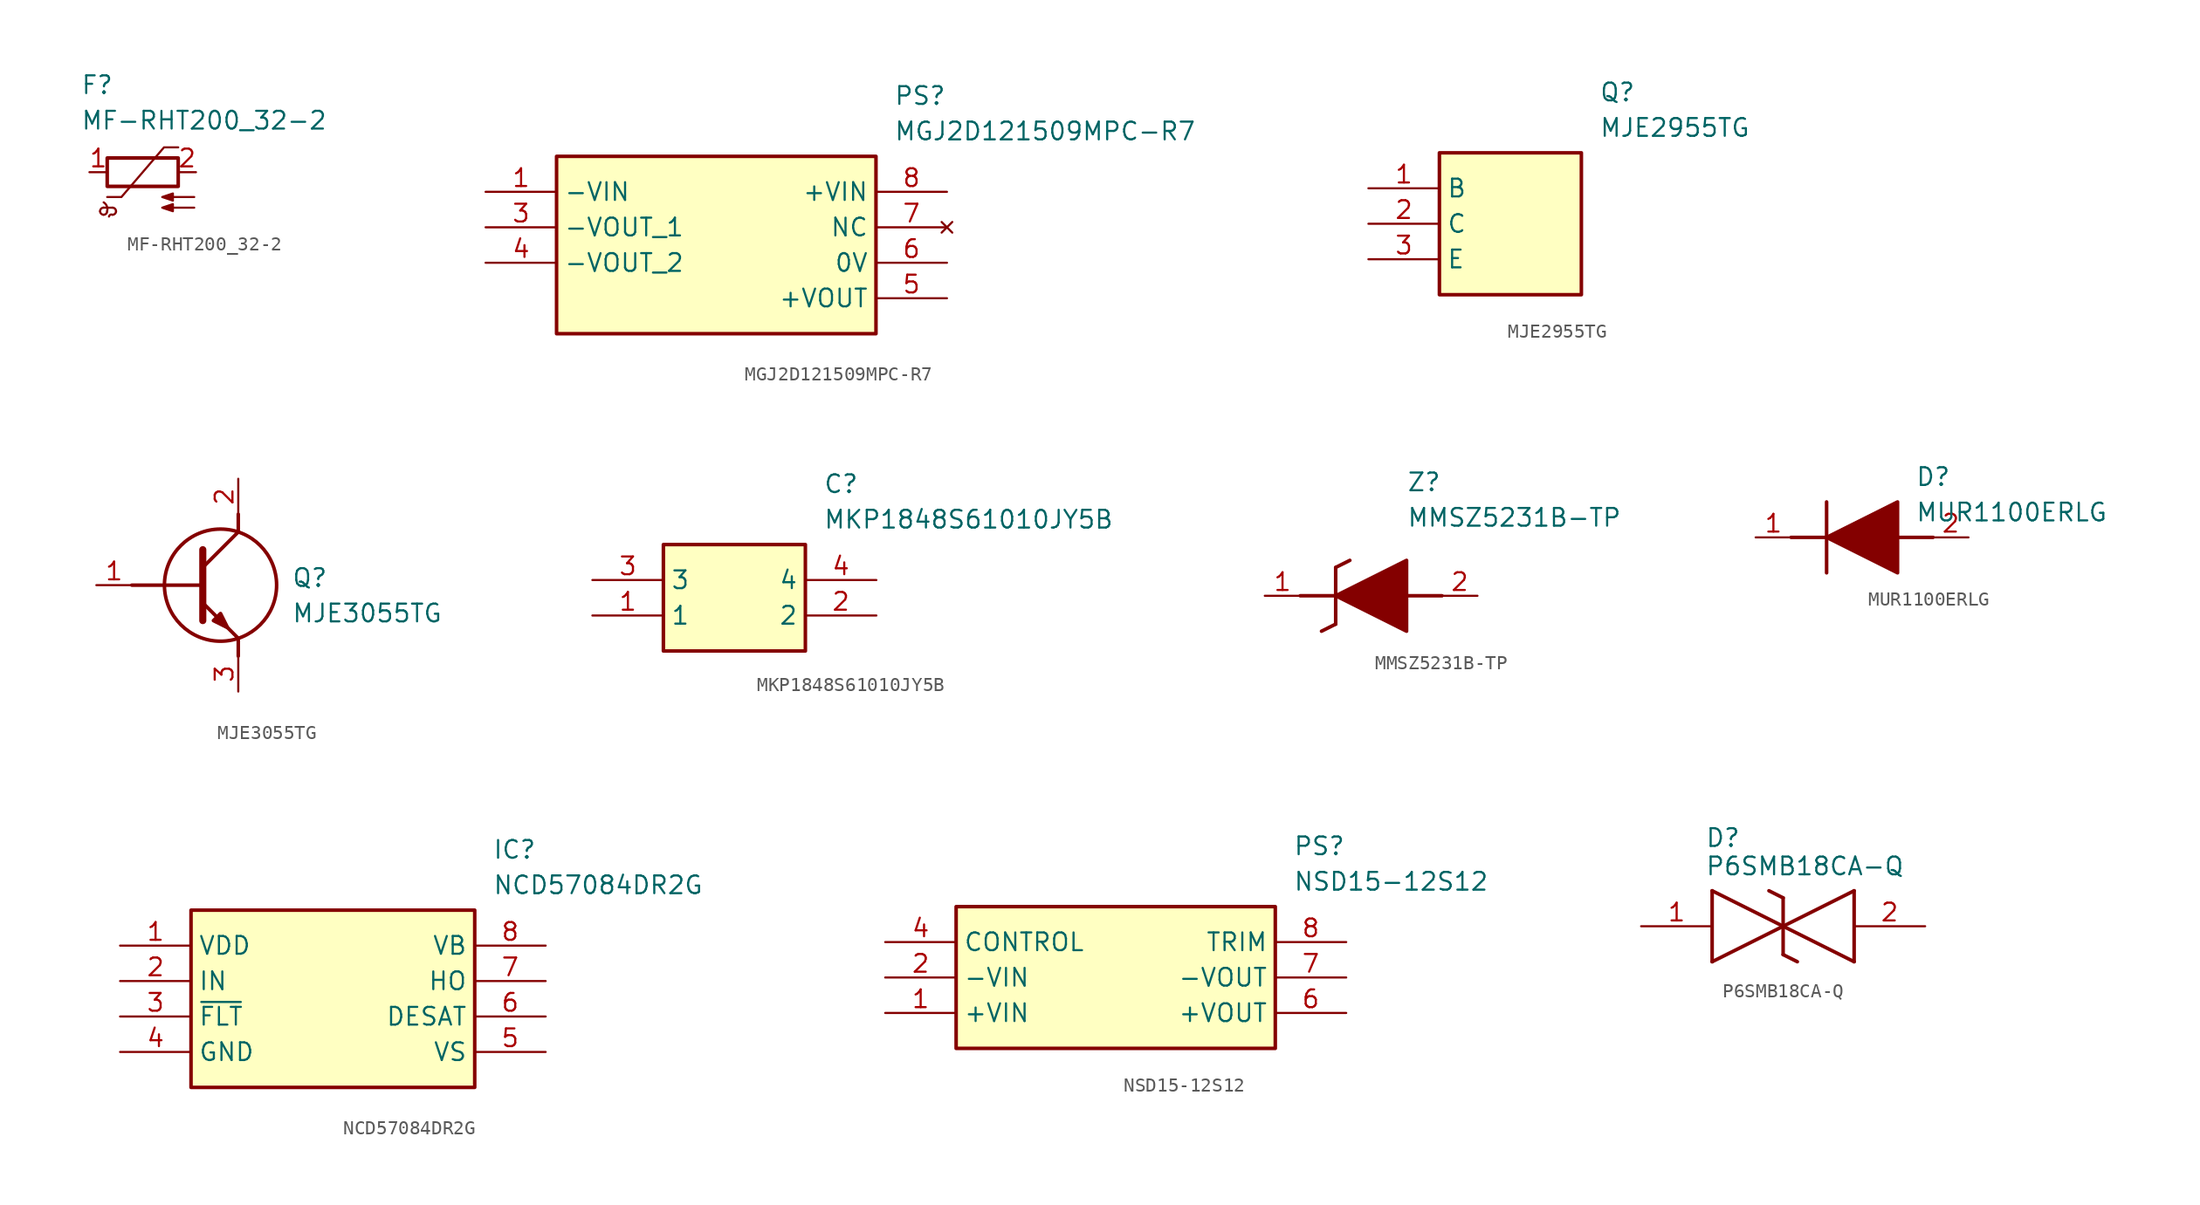
<source format=kicad_sym>
(kicad_symbol_lib
  (version 20241209)
  (generator "kicad_symbol_editor")
  (generator_version "9.0")
  (symbol "MF-RHT200_32-2"
    (pin_names
      (hide yes))
    (property "Reference" "F"
      (at 8.89 6.35 0)
      (effects (font (size 1.27 1.27)) (justify left top)))
    (property "Value" "MF-RHT200_32-2"
      (at 8.89 3.81 0)
      (effects (font (size 1.27 1.27)) (justify left top)))
    (symbol "MF-RHT200_32-2_0_1"
      (arc (start 10.541 -2.794) (mid 10.7742 -3.069) (end 10.795 -3.429) (stroke (width 0) (type default)) (fill (type none)))
      (arc (start 10.287 -3.429) (mid 10.3614 -3.2494) (end 10.541 -3.175) (stroke (width 0) (type default)) (fill (type none)))
      (arc (start 10.541 -3.683) (mid 10.3614 -3.6086) (end 10.287 -3.429) (stroke (width 0) (type default)) (fill (type none)))
      (arc (start 10.795 -3.429) (mid 10.7206 -3.6086) (end 10.541 -3.683) (stroke (width 0) (type default)) (fill (type none)))
      (rectangle (start 10.795 0.381) (end 15.875 -1.651) (stroke (width 0.254) (type default)) (fill (type none)))
      (polyline (pts (xy 10.795 -2.413) (xy 11.811 -2.413) (xy 14.859 1.143) (xy 15.875 1.143)) (stroke (width 0) (type default)) (fill (type none)))
      (arc (start 10.922 -3.81) (mid 11.0185 -3.6856) (end 11.176 -3.683) (stroke (width 0) (type default)) (fill (type none)))
      (polyline (pts (xy 11.176 -3.175) (xy 10.541 -3.175)) (stroke (width 0) (type default)) (fill (type none)))
      (arc (start 11.176 -3.175) (mid 11.3556 -3.2494) (end 11.43 -3.429) (stroke (width 0) (type default)) (fill (type none)))
      (arc (start 11.43 -3.429) (mid 11.3556 -3.6086) (end 11.176 -3.683) (stroke (width 0) (type default)) (fill (type none)))
      (polyline (pts (xy 17.018 -2.413) (xy 14.732 -2.413) (xy 15.494 -2.667) (xy 15.494 -2.159) (xy 14.732 -2.413) (xy 14.986 -2.413)) (stroke (width 0) (type default)) (fill (type outline)))
      (polyline (pts (xy 17.018 -3.175) (xy 14.732 -3.175) (xy 15.494 -3.429) (xy 15.494 -2.921) (xy 14.732 -3.175) (xy 14.986 -3.175)) (stroke (width 0) (type default)) (fill (type outline))))
    (symbol "MF-RHT200_32-2_1_1"
      (pin passive line (at 9.525 -0.635 0) (length 1.27) (name "~" (effects (font (size 1.27 1.27)))) (number "1" (effects (font (size 1.27 1.27)))))
      (pin passive line (at 17.145 -0.635 180) (length 1.27) (name "~" (effects (font (size 1.27 1.27)))) (number "2" (effects (font (size 1.27 1.27)))))))
  (symbol "MGJ2D121509MPC-R7"
    (property "Reference" "PS"
      (at 29.21 7.62 0)
      (effects (font (size 1.27 1.27)) (justify left top)))
    (property "Value" "MGJ2D121509MPC-R7"
      (at 29.21 5.08 0)
      (effects (font (size 1.27 1.27)) (justify left top)))
    (symbol "MGJ2D121509MPC-R7_1_1"
      (rectangle (start 5.08 2.54) (end 27.94 -10.16) (stroke (width 0.254) (type default)) (fill (type background)))
      (pin power_in line (at 0 0 0) (length 5.08) (name "-VIN" (effects (font (size 1.27 1.27)))) (number "1" (effects (font (size 1.27 1.27)))))
      (pin power_out line (at 0 -2.54 0) (length 5.08) (name "-VOUT_1" (effects (font (size 1.27 1.27)))) (number "3" (effects (font (size 1.27 1.27)))))
      (pin passive line (at 0 -5.08 0) (length 5.08) (name "-VOUT_2" (effects (font (size 1.27 1.27)))) (number "4" (effects (font (size 1.27 1.27)))))
      (pin power_in line (at 33.02 0 180) (length 5.08) (name "+VIN" (effects (font (size 1.27 1.27)))) (number "8" (effects (font (size 1.27 1.27)))))
      (pin no_connect line (at 33.02 -2.54 180) (length 5.08) (name "NC" (effects (font (size 1.27 1.27)))) (number "7" (effects (font (size 1.27 1.27)))))
      (pin power_out line (at 33.02 -5.08 180) (length 5.08) (name "0V" (effects (font (size 1.27 1.27)))) (number "6" (effects (font (size 1.27 1.27)))))
      (pin power_out line (at 33.02 -7.62 180) (length 5.08) (name "+VOUT" (effects (font (size 1.27 1.27)))) (number "5" (effects (font (size 1.27 1.27)))))))
  (symbol "MJE2955TG"
    (property "Reference" "Q"
      (at 16.51 7.62 0)
      (effects (font (size 1.27 1.27)) (justify left top)))
    (property "Value" "MJE2955TG"
      (at 16.51 5.08 0)
      (effects (font (size 1.27 1.27)) (justify left top)))
    (symbol "MJE2955TG_1_1"
      (rectangle (start 5.08 2.54) (end 15.24 -7.62) (stroke (width 0.254) (type default)) (fill (type background)))
      (pin passive line (at 0 0 0) (length 5.08) (name "B" (effects (font (size 1.27 1.27)))) (number "1" (effects (font (size 1.27 1.27)))))
      (pin passive line (at 0 -2.54 0) (length 5.08) (name "C" (effects (font (size 1.27 1.27)))) (number "2" (effects (font (size 1.27 1.27)))))
      (pin passive line (at 0 -5.08 0) (length 5.08) (name "E" (effects (font (size 1.27 1.27)))) (number "3" (effects (font (size 1.27 1.27)))))))
  (symbol "MJE3055TG"
    (pin_names
      (hide yes))
    (property "Reference" "Q"
      (at 13.97 1.27 0)
      (effects (font (size 1.27 1.27)) (justify left top)))
    (property "Value" "MJE3055TG"
      (at 13.97 -1.27 0)
      (effects (font (size 1.27 1.27)) (justify left top)))
    (symbol "MJE3055TG_1_1"
      (polyline (pts (xy 2.54 0) (xy 7.62 0)) (stroke (width 0.254) (type default)) (fill (type none)))
      (polyline (pts (xy 7.62 2.54) (xy 7.62 -2.54)) (stroke (width 0.508) (type default)) (fill (type none)))
      (polyline (pts (xy 7.62 1.27) (xy 10.16 3.81)) (stroke (width 0.254) (type default)) (fill (type none)))
      (polyline (pts (xy 7.62 -1.27) (xy 10.16 -3.81)) (stroke (width 0.254) (type default)) (fill (type none)))
      (polyline (pts (xy 8.382 -2.54) (xy 8.89 -2.032) (xy 9.398 -3.048) (xy 8.382 -2.54)) (stroke (width 0.254) (type default)) (fill (type outline)))
      (circle (center 8.89 0) (radius 4.016) (stroke (width 0.254) (type default)) (fill (type none)))
      (polyline (pts (xy 10.16 3.81) (xy 10.16 5.08)) (stroke (width 0.254) (type default)) (fill (type none)))
      (polyline (pts (xy 10.16 -3.81) (xy 10.16 -5.08)) (stroke (width 0.254) (type default)) (fill (type none)))
      (pin passive line (at 0 0 0) (length 2.54) (name "B" (effects (font (size 1.27 1.27)))) (number "1" (effects (font (size 1.27 1.27)))))
      (pin passive line (at 10.16 7.62 270) (length 2.54) (name "C" (effects (font (size 1.27 1.27)))) (number "2" (effects (font (size 1.27 1.27)))))
      (pin passive line (at 10.16 -7.62 90) (length 2.54) (name "E" (effects (font (size 1.27 1.27)))) (number "3" (effects (font (size 1.27 1.27)))))))
  (symbol "MKP1848S61010JY5B"
    (property "Reference" "C"
      (at 16.51 7.62 0)
      (effects (font (size 1.27 1.27)) (justify left top)))
    (property "Value" "MKP1848S61010JY5B"
      (at 16.51 5.08 0)
      (effects (font (size 1.27 1.27)) (justify left top)))
    (symbol "MKP1848S61010JY5B_1_1"
      (rectangle (start 5.08 2.54) (end 15.24 -5.08) (stroke (width 0.254) (type default)) (fill (type background)))
      (pin passive line (at 0 0 0) (length 5.08) (name "3" (effects (font (size 1.27 1.27)))) (number "3" (effects (font (size 1.27 1.27)))))
      (pin passive line (at 0 -2.54 0) (length 5.08) (name "1" (effects (font (size 1.27 1.27)))) (number "1" (effects (font (size 1.27 1.27)))))
      (pin passive line (at 20.32 0 180) (length 5.08) (name "4" (effects (font (size 1.27 1.27)))) (number "4" (effects (font (size 1.27 1.27)))))
      (pin passive line (at 20.32 -2.54 180) (length 5.08) (name "2" (effects (font (size 1.27 1.27)))) (number "2" (effects (font (size 1.27 1.27)))))))
  (symbol "MMSZ5231B-TP"
    (pin_names
      (hide yes))
    (property "Reference" "Z"
      (at 10.16 8.89 0)
      (effects (font (size 1.27 1.27)) (justify left top)))
    (property "Value" "MMSZ5231B-TP"
      (at 10.16 6.35 0)
      (effects (font (size 1.27 1.27)) (justify left top)))
    (symbol "MMSZ5231B-TP_1_1"
      (polyline (pts (xy 2.54 0) (xy 5.08 0)) (stroke (width 0.254) (type default)) (fill (type none)))
      (polyline (pts (xy 4.064 -2.54) (xy 5.08 -2.032)) (stroke (width 0.254) (type default)) (fill (type none)))
      (polyline (pts (xy 5.08 2.032) (xy 5.08 -2.032)) (stroke (width 0.254) (type default)) (fill (type none)))
      (polyline (pts (xy 5.08 2.032) (xy 6.096 2.54)) (stroke (width 0.254) (type default)) (fill (type none)))
      (polyline (pts (xy 5.08 0) (xy 10.16 2.54) (xy 10.16 -2.54) (xy 5.08 0)) (stroke (width 0.254) (type default)) (fill (type outline)))
      (polyline (pts (xy 12.7 0) (xy 10.16 0)) (stroke (width 0.254) (type default)) (fill (type none)))
      (pin passive line (at 0 0 0) (length 2.54) (name "K" (effects (font (size 1.27 1.27)))) (number "1" (effects (font (size 1.27 1.27)))))
      (pin passive line (at 15.24 0 180) (length 2.54) (name "A" (effects (font (size 1.27 1.27)))) (number "2" (effects (font (size 1.27 1.27)))))))
  (symbol "MUR1100ERLG"
    (pin_names
      (hide yes))
    (property "Reference" "D"
      (at 11.43 5.08 0)
      (effects (font (size 1.27 1.27)) (justify left top)))
    (property "Value" "MUR1100ERLG"
      (at 11.43 2.54 0)
      (effects (font (size 1.27 1.27)) (justify left top)))
    (symbol "MUR1100ERLG_1_1"
      (polyline (pts (xy 2.54 0) (xy 5.08 0)) (stroke (width 0.254) (type default)) (fill (type none)))
      (polyline (pts (xy 5.08 2.54) (xy 5.08 -2.54)) (stroke (width 0.254) (type default)) (fill (type none)))
      (polyline (pts (xy 5.08 0) (xy 10.16 2.54) (xy 10.16 -2.54) (xy 5.08 0)) (stroke (width 0.254) (type default)) (fill (type outline)))
      (polyline (pts (xy 10.16 0) (xy 12.7 0)) (stroke (width 0.254) (type default)) (fill (type none)))
      (pin passive line (at 0 0 0) (length 2.54) (name "K" (effects (font (size 1.27 1.27)))) (number "1" (effects (font (size 1.27 1.27)))))
      (pin passive line (at 15.24 0 180) (length 2.54) (name "A" (effects (font (size 1.27 1.27)))) (number "2" (effects (font (size 1.27 1.27)))))))
  (symbol "NCD57084DR2G"
    (property "Reference" "IC"
      (at 26.67 7.62 0)
      (effects (font (size 1.27 1.27)) (justify left top)))
    (property "Value" "NCD57084DR2G"
      (at 26.67 5.08 0)
      (effects (font (size 1.27 1.27)) (justify left top)))
    (symbol "NCD57084DR2G_1_1"
      (rectangle (start 5.08 2.54) (end 25.4 -10.16) (stroke (width 0.254) (type default)) (fill (type background)))
      (pin passive line (at 0 0 0) (length 5.08) (name "VDD" (effects (font (size 1.27 1.27)))) (number "1" (effects (font (size 1.27 1.27)))))
      (pin passive line (at 0 -2.54 0) (length 5.08) (name "IN" (effects (font (size 1.27 1.27)))) (number "2" (effects (font (size 1.27 1.27)))))
      (pin passive line (at 0 -5.08 0) (length 5.08) (name "~{FLT}" (effects (font (size 1.27 1.27)))) (number "3" (effects (font (size 1.27 1.27)))))
      (pin passive line (at 0 -7.62 0) (length 5.08) (name "GND" (effects (font (size 1.27 1.27)))) (number "4" (effects (font (size 1.27 1.27)))))
      (pin passive line (at 30.48 0 180) (length 5.08) (name "VB" (effects (font (size 1.27 1.27)))) (number "8" (effects (font (size 1.27 1.27)))))
      (pin passive line (at 30.48 -2.54 180) (length 5.08) (name "HO" (effects (font (size 1.27 1.27)))) (number "7" (effects (font (size 1.27 1.27)))))
      (pin passive line (at 30.48 -5.08 180) (length 5.08) (name "DESAT" (effects (font (size 1.27 1.27)))) (number "6" (effects (font (size 1.27 1.27)))))
      (pin passive line (at 30.48 -7.62 180) (length 5.08) (name "VS" (effects (font (size 1.27 1.27)))) (number "5" (effects (font (size 1.27 1.27)))))))
  (symbol "NSD15-12S12"
    (property "Reference" "PS"
      (at 29.21 7.62 0)
      (effects (font (size 1.27 1.27)) (justify left top)))
    (property "Value" "NSD15-12S12"
      (at 29.21 5.08 0)
      (effects (font (size 1.27 1.27)) (justify left top)))
    (symbol "NSD15-12S12_1_1"
      (rectangle (start 5.08 2.54) (end 27.94 -7.62) (stroke (width 0.254) (type default)) (fill (type background)))
      (pin passive line (at 0 0 0) (length 5.08) (name "CONTROL" (effects (font (size 1.27 1.27)))) (number "4" (effects (font (size 1.27 1.27)))))
      (pin passive line (at 0 -2.54 0) (length 5.08) (name "-VIN" (effects (font (size 1.27 1.27)))) (number "2" (effects (font (size 1.27 1.27)))))
      (pin passive line (at 0 -5.08 0) (length 5.08) (name "+VIN" (effects (font (size 1.27 1.27)))) (number "1" (effects (font (size 1.27 1.27)))))
      (pin passive line (at 33.02 0 180) (length 5.08) (name "TRIM" (effects (font (size 1.27 1.27)))) (number "8" (effects (font (size 1.27 1.27)))))
      (pin passive line (at 33.02 -2.54 180) (length 5.08) (name "-VOUT" (effects (font (size 1.27 1.27)))) (number "7" (effects (font (size 1.27 1.27)))))
      (pin power_out line (at 33.02 -5.08 180) (length 5.08) (name "+VOUT" (effects (font (size 1.27 1.27)))) (number "6" (effects (font (size 1.27 1.27)))))))
  (symbol "P6SMB18CA-Q"
    (pin_names
      (hide yes))
    (property "Reference" "D"
      (at 4.572 5.588 0)
      (effects (font (size 1.27 1.27)) (justify left bottom)))
    (property "Value" "P6SMB18CA-Q"
      (at 4.572 3.556 0)
      (effects (font (size 1.27 1.27)) (justify left bottom)))
    (symbol "P6SMB18CA-Q_1_1"
      (polyline (pts (xy 5.08 2.54) (xy 5.08 -2.54)) (stroke (width 0.254) (type default)) (fill (type none)))
      (polyline (pts (xy 5.08 2.54) (xy 10.16 0)) (stroke (width 0.254) (type default)) (fill (type none)))
      (polyline (pts (xy 9.144 2.54) (xy 10.16 2.032)) (stroke (width 0.254) (type default)) (fill (type none)))
      (polyline (pts (xy 10.16 0) (xy 5.08 -2.54)) (stroke (width 0.254) (type default)) (fill (type none)))
      (polyline (pts (xy 10.16 0) (xy 15.24 -2.54)) (stroke (width 0.254) (type default)) (fill (type none)))
      (polyline (pts (xy 10.16 -2.032) (xy 10.16 2.032)) (stroke (width 0.254) (type default)) (fill (type none)))
      (polyline (pts (xy 10.16 -2.032) (xy 11.176 -2.54)) (stroke (width 0.254) (type default)) (fill (type none)))
      (polyline (pts (xy 15.24 2.54) (xy 10.16 0)) (stroke (width 0.254) (type default)) (fill (type none)))
      (polyline (pts (xy 15.24 2.54) (xy 15.24 -2.54)) (stroke (width 0.254) (type default)) (fill (type none)))
      (pin passive line (at 0 0 0) (length 5.08) (name "1" (effects (font (size 1.27 1.27)))) (number "1" (effects (font (size 1.27 1.27)))))
      (pin passive line (at 20.32 0 180) (length 5.08) (name "2" (effects (font (size 1.27 1.27)))) (number "2" (effects (font (size 1.27 1.27))))))))
</source>
